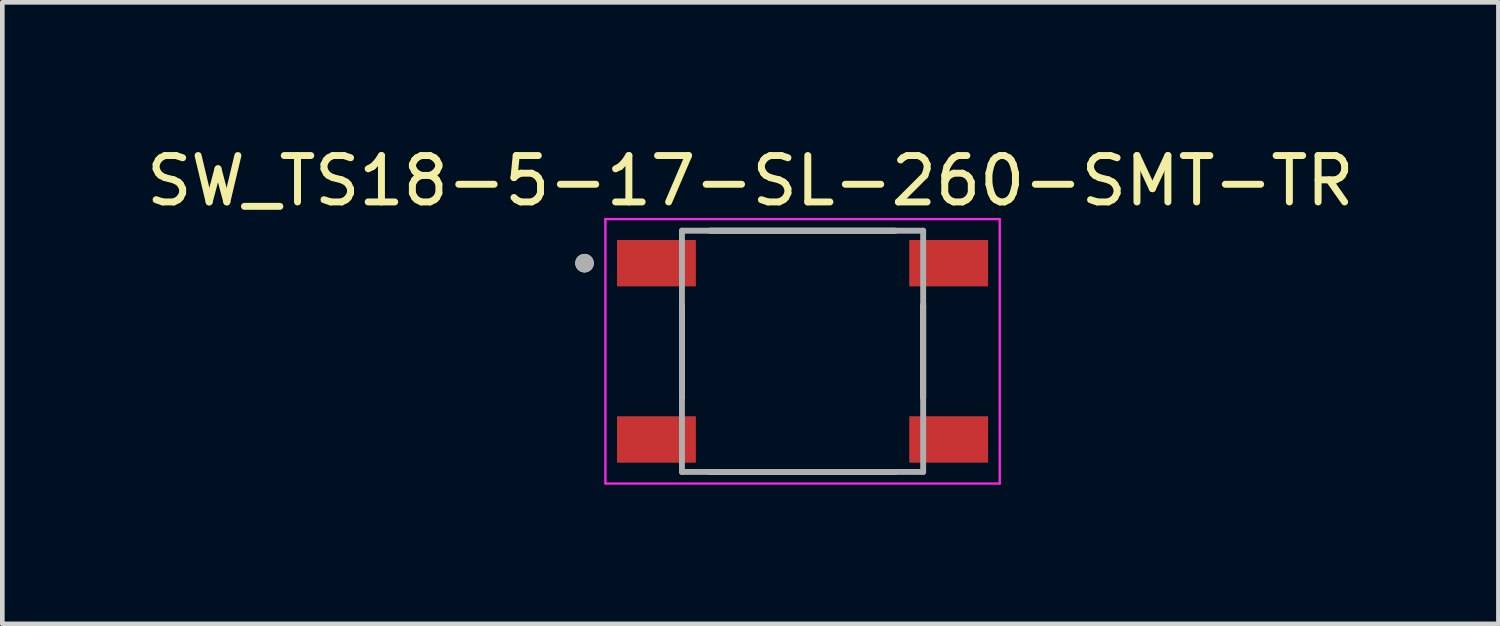
<source format=kicad_pcb>
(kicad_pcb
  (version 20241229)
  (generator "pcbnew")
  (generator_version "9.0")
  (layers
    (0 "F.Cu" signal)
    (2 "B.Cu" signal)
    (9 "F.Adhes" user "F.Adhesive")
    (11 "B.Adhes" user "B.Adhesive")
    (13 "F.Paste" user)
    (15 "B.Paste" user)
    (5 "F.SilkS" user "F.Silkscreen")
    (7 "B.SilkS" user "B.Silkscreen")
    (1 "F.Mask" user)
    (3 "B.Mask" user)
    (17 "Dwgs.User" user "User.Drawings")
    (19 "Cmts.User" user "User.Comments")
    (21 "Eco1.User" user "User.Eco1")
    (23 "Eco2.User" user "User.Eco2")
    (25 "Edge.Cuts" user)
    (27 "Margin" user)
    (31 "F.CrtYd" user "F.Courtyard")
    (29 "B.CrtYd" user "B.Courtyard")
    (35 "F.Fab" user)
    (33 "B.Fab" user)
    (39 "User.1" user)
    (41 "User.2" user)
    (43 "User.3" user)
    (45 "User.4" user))
  (footprint "SW_TS18-5-17-SL-260-SMT-TR"
    (layer "F.Cu")
    (at 14.25 4.523)
    (property "Reference" "SW_TS18-5-17-SL-260-SMT-TR" (at -1.125 -3.675 0) (layer "F.SilkS") (effects (font (size 1 1) (thickness 0.15))))
    (attr smd)
    (fp_line (start -2.6 -1) (end -2.6 1) (stroke (width 0.127) (type solid)) (layer "F.SilkS"))
    (fp_line (start -2 -2.6) (end 2 -2.6) (stroke (width 0.127) (type solid)) (layer "F.SilkS"))
    (fp_line (start -2 2.6) (end 2 2.6) (stroke (width 0.127) (type solid)) (layer "F.SilkS"))
    (fp_line (start 2.6 -1) (end 2.6 1) (stroke (width 0.127) (type solid)) (layer "F.SilkS"))
    (fp_circle (center -4.7 -1.9) (end -4.6 -1.9) (stroke (width 0.2) (type solid)) (fill no) (layer "F.SilkS"))
    (fp_line (start -4.25 -2.85) (end -4.25 2.85) (stroke (width 0.05) (type solid)) (layer "F.CrtYd"))
    (fp_line (start -4.25 2.85) (end 4.25 2.85) (stroke (width 0.05) (type solid)) (layer "F.CrtYd"))
    (fp_line (start 4.25 -2.85) (end -4.25 -2.85) (stroke (width 0.05) (type solid)) (layer "F.CrtYd"))
    (fp_line (start 4.25 2.85) (end 4.25 -2.85) (stroke (width 0.05) (type solid)) (layer "F.CrtYd"))
    (fp_line (start -2.6 -2.6) (end -2.6 2.6) (stroke (width 0.127) (type solid)) (layer "F.Fab"))
    (fp_line (start -2.6 2.6) (end 2.6 2.6) (stroke (width 0.127) (type solid)) (layer "F.Fab"))
    (fp_line (start 2.6 -2.6) (end -2.6 -2.6) (stroke (width 0.127) (type solid)) (layer "F.Fab"))
    (fp_line (start 2.6 2.6) (end 2.6 -2.6) (stroke (width 0.127) (type solid)) (layer "F.Fab"))
    (fp_circle (center -4.7 -1.9) (end -4.6 -1.9) (stroke (width 0.2) (type solid)) (fill no) (layer "F.Fab"))
    (pad "1" smd rect (at -3.15 -1.9) (size 1.7 1) (layers "F.Cu" "F.Mask" "F.Paste"))
    (pad "1" smd rect (at 3.15 -1.9) (size 1.7 1) (layers "F.Cu" "F.Mask" "F.Paste"))
    (pad "2" smd rect (at -3.15 1.9) (size 1.7 1) (layers "F.Cu" "F.Mask" "F.Paste"))
    (pad "2" smd rect (at 3.15 1.9) (size 1.7 1) (layers "F.Cu" "F.Mask" "F.Paste")))
  (gr_rect
    (start -3 -3)
    (end 29.25 10.398)
    (stroke (width 0.1) (type default))
    (fill no)
    (layer "Edge.Cuts")))
</source>
